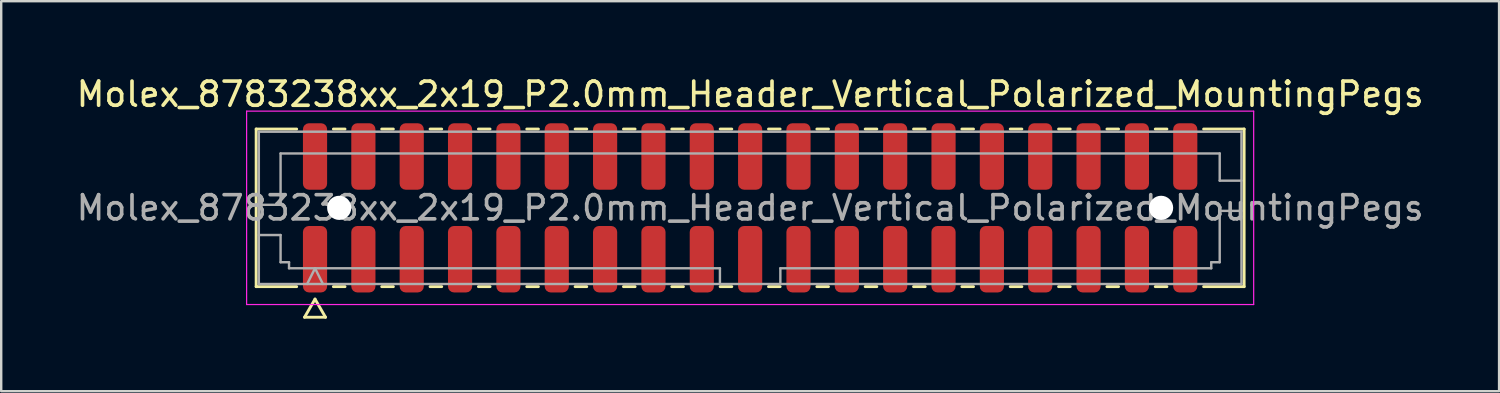
<source format=kicad_pcb>
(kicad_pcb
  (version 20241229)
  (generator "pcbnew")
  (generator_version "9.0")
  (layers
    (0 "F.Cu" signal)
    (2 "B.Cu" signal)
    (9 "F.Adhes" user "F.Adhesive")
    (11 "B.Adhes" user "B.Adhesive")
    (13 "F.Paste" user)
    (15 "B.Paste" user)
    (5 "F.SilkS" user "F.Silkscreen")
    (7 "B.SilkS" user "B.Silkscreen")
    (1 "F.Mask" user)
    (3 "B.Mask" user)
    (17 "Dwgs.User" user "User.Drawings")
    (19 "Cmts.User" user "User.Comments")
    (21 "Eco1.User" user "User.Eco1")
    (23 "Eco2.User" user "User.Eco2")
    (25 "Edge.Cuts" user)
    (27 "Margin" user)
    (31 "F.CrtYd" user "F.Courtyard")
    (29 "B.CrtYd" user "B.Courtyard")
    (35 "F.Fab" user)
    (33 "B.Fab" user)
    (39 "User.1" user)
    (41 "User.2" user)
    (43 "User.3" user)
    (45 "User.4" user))
  (footprint "Molex_8783238xx_2x19_P2.0mm_Header_Vertical_Polarized_MountingPegs"
    (layer "F.Cu")
    (at 27.982 5.548)
    (property "Reference" "Molex_8783238xx_2x19_P2.0mm_Header_Vertical_Polarized_MountingPegs" (at 0 -4.7 0) (layer "F.SilkS") (effects (font (size 1 1) (thickness 0.15))))
    (attr smd)
    (fp_line (start -20.435 -3.26) (end -18.76 -3.26) (stroke (width 0.12) (type solid)) (layer "F.SilkS"))
    (fp_line (start -20.435 3.26) (end -20.435 -3.26) (stroke (width 0.12) (type solid)) (layer "F.SilkS"))
    (fp_line (start -18.76 3.26) (end -20.435 3.26) (stroke (width 0.12) (type solid)) (layer "F.SilkS"))
    (fp_line (start -18.433 4.525) (end -18 3.775) (stroke (width 0.12) (type solid)) (layer "F.SilkS"))
    (fp_line (start -18 3.775) (end -17.567 4.525) (stroke (width 0.12) (type solid)) (layer "F.SilkS"))
    (fp_line (start -17.567 4.525) (end -18.433 4.525) (stroke (width 0.12) (type solid)) (layer "F.SilkS"))
    (fp_line (start -17.24 -3.26) (end -16.76 -3.26) (stroke (width 0.12) (type solid)) (layer "F.SilkS"))
    (fp_line (start -16.76 3.26) (end -17.24 3.26) (stroke (width 0.12) (type solid)) (layer "F.SilkS"))
    (fp_line (start -15.24 -3.26) (end -14.76 -3.26) (stroke (width 0.12) (type solid)) (layer "F.SilkS"))
    (fp_line (start -14.76 3.26) (end -15.24 3.26) (stroke (width 0.12) (type solid)) (layer "F.SilkS"))
    (fp_line (start -13.24 -3.26) (end -12.76 -3.26) (stroke (width 0.12) (type solid)) (layer "F.SilkS"))
    (fp_line (start -12.76 3.26) (end -13.24 3.26) (stroke (width 0.12) (type solid)) (layer "F.SilkS"))
    (fp_line (start -11.24 -3.26) (end -10.76 -3.26) (stroke (width 0.12) (type solid)) (layer "F.SilkS"))
    (fp_line (start -10.76 3.26) (end -11.24 3.26) (stroke (width 0.12) (type solid)) (layer "F.SilkS"))
    (fp_line (start -9.24 -3.26) (end -8.76 -3.26) (stroke (width 0.12) (type solid)) (layer "F.SilkS"))
    (fp_line (start -8.76 3.26) (end -9.24 3.26) (stroke (width 0.12) (type solid)) (layer "F.SilkS"))
    (fp_line (start -7.24 -3.26) (end -6.76 -3.26) (stroke (width 0.12) (type solid)) (layer "F.SilkS"))
    (fp_line (start -6.76 3.26) (end -7.24 3.26) (stroke (width 0.12) (type solid)) (layer "F.SilkS"))
    (fp_line (start -5.24 -3.26) (end -4.76 -3.26) (stroke (width 0.12) (type solid)) (layer "F.SilkS"))
    (fp_line (start -4.76 3.26) (end -5.24 3.26) (stroke (width 0.12) (type solid)) (layer "F.SilkS"))
    (fp_line (start -3.24 -3.26) (end -2.76 -3.26) (stroke (width 0.12) (type solid)) (layer "F.SilkS"))
    (fp_line (start -2.76 3.26) (end -3.24 3.26) (stroke (width 0.12) (type solid)) (layer "F.SilkS"))
    (fp_line (start -1.24 -3.26) (end -0.76 -3.26) (stroke (width 0.12) (type solid)) (layer "F.SilkS"))
    (fp_line (start -0.76 3.26) (end -1.24 3.26) (stroke (width 0.12) (type solid)) (layer "F.SilkS"))
    (fp_line (start 0.76 -3.26) (end 1.24 -3.26) (stroke (width 0.12) (type solid)) (layer "F.SilkS"))
    (fp_line (start 1.24 3.26) (end 0.76 3.26) (stroke (width 0.12) (type solid)) (layer "F.SilkS"))
    (fp_line (start 2.76 -3.26) (end 3.24 -3.26) (stroke (width 0.12) (type solid)) (layer "F.SilkS"))
    (fp_line (start 3.24 3.26) (end 2.76 3.26) (stroke (width 0.12) (type solid)) (layer "F.SilkS"))
    (fp_line (start 4.76 -3.26) (end 5.24 -3.26) (stroke (width 0.12) (type solid)) (layer "F.SilkS"))
    (fp_line (start 5.24 3.26) (end 4.76 3.26) (stroke (width 0.12) (type solid)) (layer "F.SilkS"))
    (fp_line (start 6.76 -3.26) (end 7.24 -3.26) (stroke (width 0.12) (type solid)) (layer "F.SilkS"))
    (fp_line (start 7.24 3.26) (end 6.76 3.26) (stroke (width 0.12) (type solid)) (layer "F.SilkS"))
    (fp_line (start 8.76 -3.26) (end 9.24 -3.26) (stroke (width 0.12) (type solid)) (layer "F.SilkS"))
    (fp_line (start 9.24 3.26) (end 8.76 3.26) (stroke (width 0.12) (type solid)) (layer "F.SilkS"))
    (fp_line (start 10.76 -3.26) (end 11.24 -3.26) (stroke (width 0.12) (type solid)) (layer "F.SilkS"))
    (fp_line (start 11.24 3.26) (end 10.76 3.26) (stroke (width 0.12) (type solid)) (layer "F.SilkS"))
    (fp_line (start 12.76 -3.26) (end 13.24 -3.26) (stroke (width 0.12) (type solid)) (layer "F.SilkS"))
    (fp_line (start 13.24 3.26) (end 12.76 3.26) (stroke (width 0.12) (type solid)) (layer "F.SilkS"))
    (fp_line (start 14.76 -3.26) (end 15.24 -3.26) (stroke (width 0.12) (type solid)) (layer "F.SilkS"))
    (fp_line (start 15.24 3.26) (end 14.76 3.26) (stroke (width 0.12) (type solid)) (layer "F.SilkS"))
    (fp_line (start 16.76 -3.26) (end 17.24 -3.26) (stroke (width 0.12) (type solid)) (layer "F.SilkS"))
    (fp_line (start 17.24 3.26) (end 16.76 3.26) (stroke (width 0.12) (type solid)) (layer "F.SilkS"))
    (fp_line (start 18.76 -3.26) (end 20.435 -3.26) (stroke (width 0.12) (type solid)) (layer "F.SilkS"))
    (fp_line (start 20.435 -3.26) (end 20.435 3.26) (stroke (width 0.12) (type solid)) (layer "F.SilkS"))
    (fp_line (start 20.435 3.26) (end 18.76 3.26) (stroke (width 0.12) (type solid)) (layer "F.SilkS"))
    (fp_line (start -20.83 -4) (end -20.83 4) (stroke (width 0.05) (type solid)) (layer "F.CrtYd"))
    (fp_line (start -20.83 4) (end 20.83 4) (stroke (width 0.05) (type solid)) (layer "F.CrtYd"))
    (fp_line (start 20.83 -4) (end -20.83 -4) (stroke (width 0.05) (type solid)) (layer "F.CrtYd"))
    (fp_line (start 20.83 4) (end 20.83 -4) (stroke (width 0.05) (type solid)) (layer "F.CrtYd"))
    (fp_line (start -20.325 -3.15) (end 20.325 -3.15) (stroke (width 0.1) (type solid)) (layer "F.Fab"))
    (fp_line (start -20.325 -0.125) (end -19.425 -0.125) (stroke (width 0.1) (type solid)) (layer "F.Fab"))
    (fp_line (start -20.325 1.125) (end -19.425 1.125) (stroke (width 0.1) (type solid)) (layer "F.Fab"))
    (fp_line (start -20.325 3.15) (end -20.325 -3.15) (stroke (width 0.1) (type solid)) (layer "F.Fab"))
    (fp_line (start -19.425 -2.25) (end 19.425 -2.25) (stroke (width 0.1) (type solid)) (layer "F.Fab"))
    (fp_line (start -19.425 -0.125) (end -19.425 -2.25) (stroke (width 0.1) (type solid)) (layer "F.Fab"))
    (fp_line (start -19.425 1.125) (end -19.425 2.25) (stroke (width 0.1) (type solid)) (layer "F.Fab"))
    (fp_line (start -19.425 2.25) (end -19.075 2.25) (stroke (width 0.1) (type solid)) (layer "F.Fab"))
    (fp_line (start -19.075 2.25) (end -19.075 2.5) (stroke (width 0.1) (type solid)) (layer "F.Fab"))
    (fp_line (start -19.075 2.5) (end -1.25 2.5) (stroke (width 0.1) (type solid)) (layer "F.Fab"))
    (fp_line (start -18.325 3.15) (end -18 2.5) (stroke (width 0.1) (type solid)) (layer "F.Fab"))
    (fp_line (start -18 2.5) (end -17.675 3.15) (stroke (width 0.1) (type solid)) (layer "F.Fab"))
    (fp_line (start -1.25 2.5) (end -1.25 3.15) (stroke (width 0.1) (type solid)) (layer "F.Fab"))
    (fp_line (start 1.25 2.5) (end 1.25 3.15) (stroke (width 0.1) (type solid)) (layer "F.Fab"))
    (fp_line (start 1.25 2.5) (end 19.075 2.5) (stroke (width 0.1) (type solid)) (layer "F.Fab"))
    (fp_line (start 19.075 2.25) (end 19.425 2.25) (stroke (width 0.1) (type solid)) (layer "F.Fab"))
    (fp_line (start 19.075 2.5) (end 19.075 2.25) (stroke (width 0.1) (type solid)) (layer "F.Fab"))
    (fp_line (start 19.425 -2.25) (end 19.425 -1.125) (stroke (width 0.1) (type solid)) (layer "F.Fab"))
    (fp_line (start 19.425 -1.125) (end 20.325 -1.125) (stroke (width 0.1) (type solid)) (layer "F.Fab"))
    (fp_line (start 19.425 0.125) (end 20.325 0.125) (stroke (width 0.1) (type solid)) (layer "F.Fab"))
    (fp_line (start 19.425 2.25) (end 19.425 0.125) (stroke (width 0.1) (type solid)) (layer "F.Fab"))
    (fp_line (start 20.325 -3.15) (end 20.325 3.15) (stroke (width 0.1) (type solid)) (layer "F.Fab"))
    (fp_line (start 20.325 3.15) (end -20.325 3.15) (stroke (width 0.1) (type solid)) (layer "F.Fab"))
    (fp_text user "${REFERENCE}" (at 0 0 0) (layer "F.Fab") (effects (font (size 1 1) (thickness 0.15))))
    (pad "" np_thru_hole circle (at -17 0) (size 1 1) (drill 1) (layers "*.Cu" "*.Mask"))
    (pad "" np_thru_hole circle (at 17 0) (size 1 1) (drill 1) (layers "*.Cu" "*.Mask"))
    (pad "1" smd roundrect (at -18 2.125) (size 1 2.75) (layers "F.Cu" "F.Mask" "F.Paste") (roundrect_rratio 0.25))
    (pad "2" smd roundrect (at -18 -2.125) (size 1 2.75) (layers "F.Cu" "F.Mask" "F.Paste") (roundrect_rratio 0.25))
    (pad "3" smd roundrect (at -16 2.125) (size 1 2.75) (layers "F.Cu" "F.Mask" "F.Paste") (roundrect_rratio 0.25))
    (pad "4" smd roundrect (at -16 -2.125) (size 1 2.75) (layers "F.Cu" "F.Mask" "F.Paste") (roundrect_rratio 0.25))
    (pad "5" smd roundrect (at -14 2.125) (size 1 2.75) (layers "F.Cu" "F.Mask" "F.Paste") (roundrect_rratio 0.25))
    (pad "6" smd roundrect (at -14 -2.125) (size 1 2.75) (layers "F.Cu" "F.Mask" "F.Paste") (roundrect_rratio 0.25))
    (pad "7" smd roundrect (at -12 2.125) (size 1 2.75) (layers "F.Cu" "F.Mask" "F.Paste") (roundrect_rratio 0.25))
    (pad "8" smd roundrect (at -12 -2.125) (size 1 2.75) (layers "F.Cu" "F.Mask" "F.Paste") (roundrect_rratio 0.25))
    (pad "9" smd roundrect (at -10 2.125) (size 1 2.75) (layers "F.Cu" "F.Mask" "F.Paste") (roundrect_rratio 0.25))
    (pad "10" smd roundrect (at -10 -2.125) (size 1 2.75) (layers "F.Cu" "F.Mask" "F.Paste") (roundrect_rratio 0.25))
    (pad "11" smd roundrect (at -8 2.125) (size 1 2.75) (layers "F.Cu" "F.Mask" "F.Paste") (roundrect_rratio 0.25))
    (pad "12" smd roundrect (at -8 -2.125) (size 1 2.75) (layers "F.Cu" "F.Mask" "F.Paste") (roundrect_rratio 0.25))
    (pad "13" smd roundrect (at -6 2.125) (size 1 2.75) (layers "F.Cu" "F.Mask" "F.Paste") (roundrect_rratio 0.25))
    (pad "14" smd roundrect (at -6 -2.125) (size 1 2.75) (layers "F.Cu" "F.Mask" "F.Paste") (roundrect_rratio 0.25))
    (pad "15" smd roundrect (at -4 2.125) (size 1 2.75) (layers "F.Cu" "F.Mask" "F.Paste") (roundrect_rratio 0.25))
    (pad "16" smd roundrect (at -4 -2.125) (size 1 2.75) (layers "F.Cu" "F.Mask" "F.Paste") (roundrect_rratio 0.25))
    (pad "17" smd roundrect (at -2 2.125) (size 1 2.75) (layers "F.Cu" "F.Mask" "F.Paste") (roundrect_rratio 0.25))
    (pad "18" smd roundrect (at -2 -2.125) (size 1 2.75) (layers "F.Cu" "F.Mask" "F.Paste") (roundrect_rratio 0.25))
    (pad "19" smd roundrect (at 0 2.125) (size 1 2.75) (layers "F.Cu" "F.Mask" "F.Paste") (roundrect_rratio 0.25))
    (pad "20" smd roundrect (at 0 -2.125) (size 1 2.75) (layers "F.Cu" "F.Mask" "F.Paste") (roundrect_rratio 0.25))
    (pad "21" smd roundrect (at 2 2.125) (size 1 2.75) (layers "F.Cu" "F.Mask" "F.Paste") (roundrect_rratio 0.25))
    (pad "22" smd roundrect (at 2 -2.125) (size 1 2.75) (layers "F.Cu" "F.Mask" "F.Paste") (roundrect_rratio 0.25))
    (pad "23" smd roundrect (at 4 2.125) (size 1 2.75) (layers "F.Cu" "F.Mask" "F.Paste") (roundrect_rratio 0.25))
    (pad "24" smd roundrect (at 4 -2.125) (size 1 2.75) (layers "F.Cu" "F.Mask" "F.Paste") (roundrect_rratio 0.25))
    (pad "25" smd roundrect (at 6 2.125) (size 1 2.75) (layers "F.Cu" "F.Mask" "F.Paste") (roundrect_rratio 0.25))
    (pad "26" smd roundrect (at 6 -2.125) (size 1 2.75) (layers "F.Cu" "F.Mask" "F.Paste") (roundrect_rratio 0.25))
    (pad "27" smd roundrect (at 8 2.125) (size 1 2.75) (layers "F.Cu" "F.Mask" "F.Paste") (roundrect_rratio 0.25))
    (pad "28" smd roundrect (at 8 -2.125) (size 1 2.75) (layers "F.Cu" "F.Mask" "F.Paste") (roundrect_rratio 0.25))
    (pad "29" smd roundrect (at 10 2.125) (size 1 2.75) (layers "F.Cu" "F.Mask" "F.Paste") (roundrect_rratio 0.25))
    (pad "30" smd roundrect (at 10 -2.125) (size 1 2.75) (layers "F.Cu" "F.Mask" "F.Paste") (roundrect_rratio 0.25))
    (pad "31" smd roundrect (at 12 2.125) (size 1 2.75) (layers "F.Cu" "F.Mask" "F.Paste") (roundrect_rratio 0.25))
    (pad "32" smd roundrect (at 12 -2.125) (size 1 2.75) (layers "F.Cu" "F.Mask" "F.Paste") (roundrect_rratio 0.25))
    (pad "33" smd roundrect (at 14 2.125) (size 1 2.75) (layers "F.Cu" "F.Mask" "F.Paste") (roundrect_rratio 0.25))
    (pad "34" smd roundrect (at 14 -2.125) (size 1 2.75) (layers "F.Cu" "F.Mask" "F.Paste") (roundrect_rratio 0.25))
    (pad "35" smd roundrect (at 16 2.125) (size 1 2.75) (layers "F.Cu" "F.Mask" "F.Paste") (roundrect_rratio 0.25))
    (pad "36" smd roundrect (at 16 -2.125) (size 1 2.75) (layers "F.Cu" "F.Mask" "F.Paste") (roundrect_rratio 0.25))
    (pad "37" smd roundrect (at 18 2.125) (size 1 2.75) (layers "F.Cu" "F.Mask" "F.Paste") (roundrect_rratio 0.25))
    (pad "38" smd roundrect (at 18 -2.125) (size 1 2.75) (layers "F.Cu" "F.Mask" "F.Paste") (roundrect_rratio 0.25)))
  (gr_rect
    (start -3 -3)
    (end 58.964 13.133)
    (stroke (width 0.1) (type default))
    (fill no)
    (layer "Edge.Cuts")))
</source>
